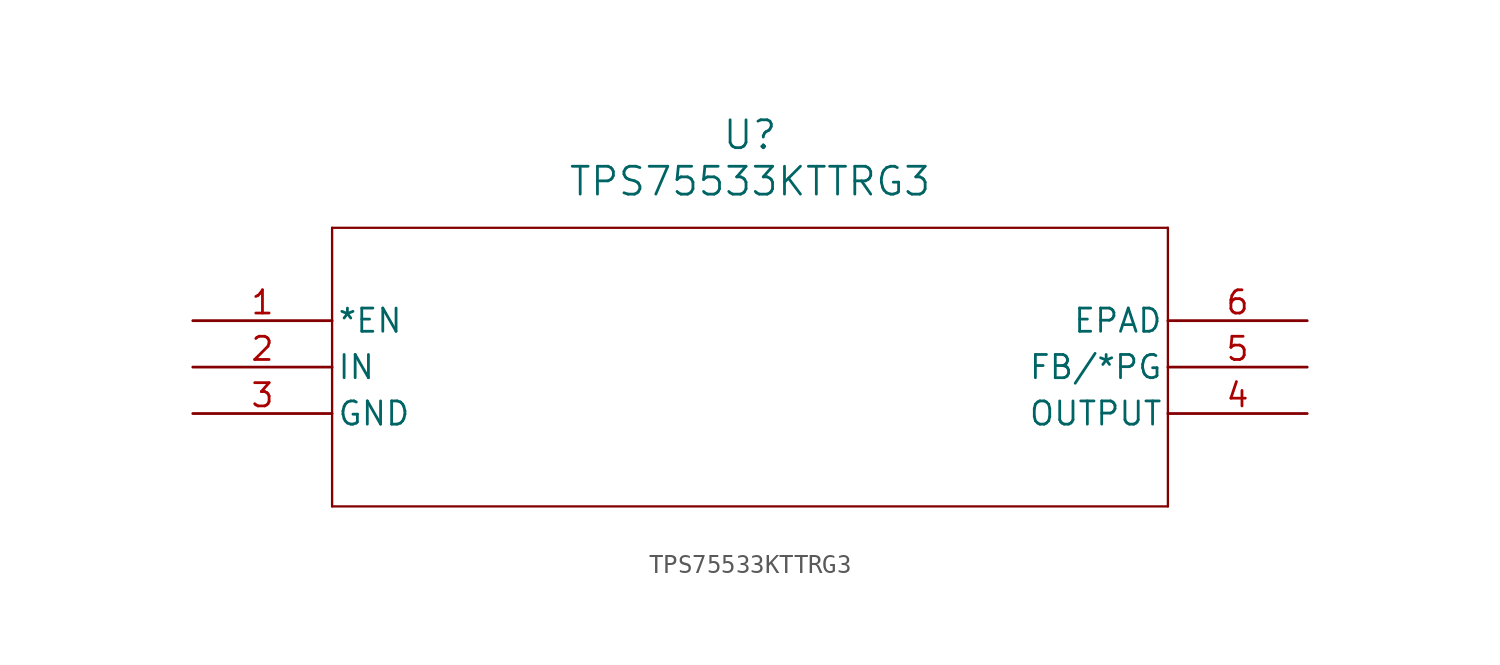
<source format=kicad_sym>
(kicad_symbol_lib
  (version 20211014)
  (generator kicad_symbol_editor)
  (symbol "TPS75533KTTRG3"
    (pin_names
      (offset 0.254))
    (property "Reference" "U"
      (at 30.48 10.16 0)
      (effects (font (size 1.524 1.524))))
    (property "Value" "TPS75533KTTRG3"
      (at 30.48 7.62 0)
      (effects (font (size 1.524 1.524))))
    (symbol "TPS75533KTTRG3_0_1"
      (polyline (pts (xy 7.62 5.08) (xy 7.62 -10.16)) (stroke (width 0.127) (type default) (color 0 0 0 0)) (fill (type none)))
      (polyline (pts (xy 7.62 -10.16) (xy 53.34 -10.16)) (stroke (width 0.127) (type default) (color 0 0 0 0)) (fill (type none)))
      (polyline (pts (xy 53.34 -10.16) (xy 53.34 5.08)) (stroke (width 0.127) (type default) (color 0 0 0 0)) (fill (type none)))
      (polyline (pts (xy 53.34 5.08) (xy 7.62 5.08)) (stroke (width 0.127) (type default) (color 0 0 0 0)) (fill (type none)))
      (pin unspecified line (at 0 0 0) (length 7.62) (name "*EN" (effects (font (size 1.27 1.27)))) (number "1" (effects (font (size 1.27 1.27)))))
      (pin input line (at 0 -2.54 0) (length 7.62) (name "IN" (effects (font (size 1.27 1.27)))) (number "2" (effects (font (size 1.27 1.27)))))
      (pin power_in line (at 0 -5.08 0) (length 7.62) (name "GND" (effects (font (size 1.27 1.27)))) (number "3" (effects (font (size 1.27 1.27)))))
      (pin output line (at 60.96 -5.08 180) (length 7.62) (name "OUTPUT" (effects (font (size 1.27 1.27)))) (number "4" (effects (font (size 1.27 1.27)))))
      (pin unspecified line (at 60.96 -2.54 180) (length 7.62) (name "FB/*PG" (effects (font (size 1.27 1.27)))) (number "5" (effects (font (size 1.27 1.27)))))
      (pin unspecified line (at 60.96 0 180) (length 7.62) (name "EPAD" (effects (font (size 1.27 1.27)))) (number "6" (effects (font (size 1.27 1.27))))))))
</source>
